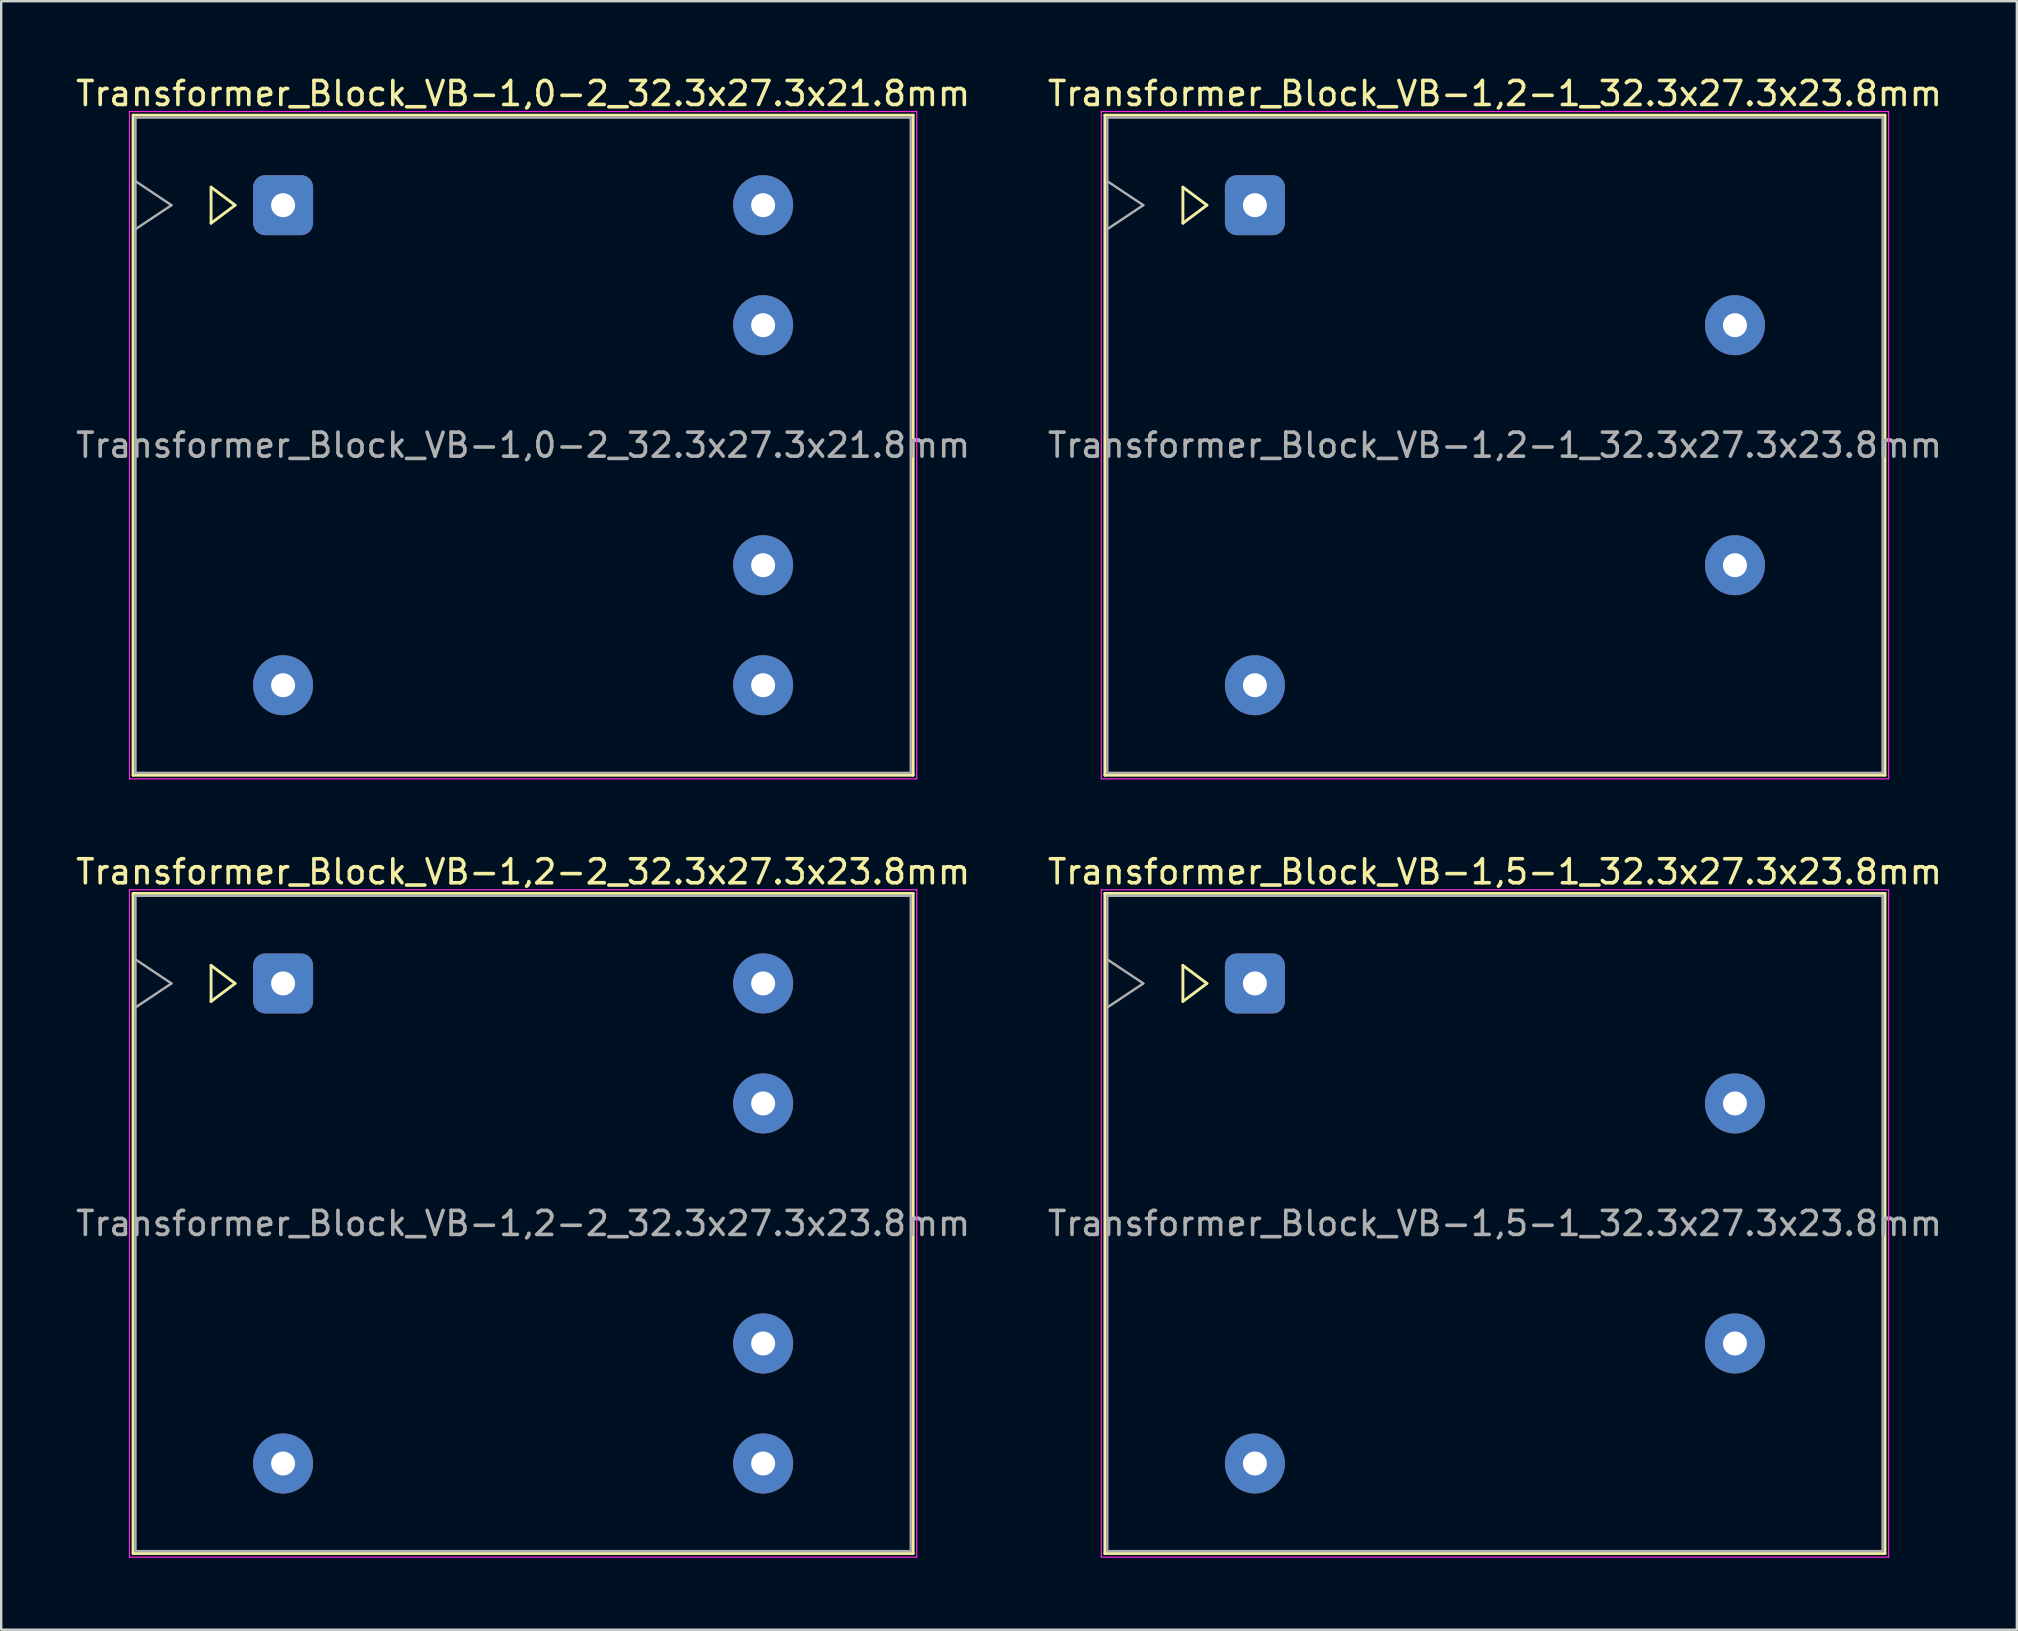
<source format=kicad_pcb>
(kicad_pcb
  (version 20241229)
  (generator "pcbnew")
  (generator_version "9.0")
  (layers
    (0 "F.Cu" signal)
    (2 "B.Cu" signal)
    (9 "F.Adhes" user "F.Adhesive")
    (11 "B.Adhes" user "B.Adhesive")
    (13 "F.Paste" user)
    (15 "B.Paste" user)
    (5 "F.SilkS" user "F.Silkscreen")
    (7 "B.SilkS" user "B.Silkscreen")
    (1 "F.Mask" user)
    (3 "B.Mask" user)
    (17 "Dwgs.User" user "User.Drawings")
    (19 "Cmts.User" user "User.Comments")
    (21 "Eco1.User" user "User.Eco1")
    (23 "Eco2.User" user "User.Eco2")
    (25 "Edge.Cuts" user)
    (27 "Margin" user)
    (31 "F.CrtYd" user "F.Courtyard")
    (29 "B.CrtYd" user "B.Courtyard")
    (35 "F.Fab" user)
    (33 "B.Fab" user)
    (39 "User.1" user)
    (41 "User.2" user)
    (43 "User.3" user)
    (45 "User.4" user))
  (footprint "Transformer_Block_VB-1,2-1_32.3x27.3x23.8mm"
    (layer "F.Cu")
    (at 49.232 5.498)
    (property "Reference" "Transformer_Block_VB-1,2-1_32.3x27.3x23.8mm" (at 10 -4.65 0) (layer "F.SilkS") (effects (font (size 1 1) (thickness 0.15))))
    (attr through_hole)
    (fp_line (start -6.25 -3.75) (end -6.25 23.75) (stroke (width 0.12) (type solid)) (layer "F.SilkS"))
    (fp_line (start -6.25 23.75) (end 26.25 23.75) (stroke (width 0.12) (type solid)) (layer "F.SilkS"))
    (fp_line (start -3 -0.75) (end -2 0) (stroke (width 0.12) (type solid)) (layer "F.SilkS"))
    (fp_line (start -3 0.75) (end -3 -0.75) (stroke (width 0.12) (type solid)) (layer "F.SilkS"))
    (fp_line (start -2 0) (end -3 0.75) (stroke (width 0.12) (type solid)) (layer "F.SilkS"))
    (fp_line (start 26.25 -3.75) (end -6.25 -3.75) (stroke (width 0.12) (type solid)) (layer "F.SilkS"))
    (fp_line (start 26.25 23.75) (end 26.25 -3.75) (stroke (width 0.12) (type solid)) (layer "F.SilkS"))
    (fp_line (start -6.4 -3.9) (end -6.4 23.9) (stroke (width 0.05) (type solid)) (layer "F.CrtYd"))
    (fp_line (start -6.4 23.9) (end 26.4 23.9) (stroke (width 0.05) (type solid)) (layer "F.CrtYd"))
    (fp_line (start 26.4 -3.9) (end -6.4 -3.9) (stroke (width 0.05) (type solid)) (layer "F.CrtYd"))
    (fp_line (start 26.4 23.9) (end 26.4 -3.9) (stroke (width 0.05) (type solid)) (layer "F.CrtYd"))
    (fp_line (start -6.15 -3.65) (end -6.15 23.65) (stroke (width 0.1) (type solid)) (layer "F.Fab"))
    (fp_line (start -6.15 -1) (end -4.65 0) (stroke (width 0.1) (type solid)) (layer "F.Fab"))
    (fp_line (start -6.15 23.65) (end 26.15 23.65) (stroke (width 0.1) (type solid)) (layer "F.Fab"))
    (fp_line (start -4.65 0) (end -6.15 1) (stroke (width 0.1) (type solid)) (layer "F.Fab"))
    (fp_line (start 26.15 -3.65) (end -6.15 -3.65) (stroke (width 0.1) (type solid)) (layer "F.Fab"))
    (fp_line (start 26.15 23.65) (end 26.15 -3.65) (stroke (width 0.1) (type solid)) (layer "F.Fab"))
    (fp_text user "${REFERENCE}" (at 10 10 0) (layer "F.Fab") (effects (font (size 1 1) (thickness 0.15))))
    (pad "1" thru_hole roundrect (at 0 0) (size 2.5 2.5) (drill 1) (layers "*.Cu" "*.Mask") (roundrect_rratio 0.2))
    (pad "2" thru_hole circle (at 0 20) (size 2.5 2.5) (drill 1) (layers "*.Cu" "*.Mask"))
    (pad "3" thru_hole circle (at 20 15) (size 2.5 2.5) (drill 1) (layers "*.Cu" "*.Mask"))
    (pad "4" thru_hole circle (at 20 5) (size 2.5 2.5) (drill 1) (layers "*.Cu" "*.Mask")))
  (footprint "Transformer_Block_VB-1,5-1_32.3x27.3x23.8mm"
    (layer "F.Cu")
    (at 49.232 37.922)
    (property "Reference" "Transformer_Block_VB-1,5-1_32.3x27.3x23.8mm" (at 10 -4.65 0) (layer "F.SilkS") (effects (font (size 1 1) (thickness 0.15))))
    (attr through_hole)
    (fp_line (start -6.25 -3.75) (end -6.25 23.75) (stroke (width 0.12) (type solid)) (layer "F.SilkS"))
    (fp_line (start -6.25 23.75) (end 26.25 23.75) (stroke (width 0.12) (type solid)) (layer "F.SilkS"))
    (fp_line (start -3 -0.75) (end -2 0) (stroke (width 0.12) (type solid)) (layer "F.SilkS"))
    (fp_line (start -3 0.75) (end -3 -0.75) (stroke (width 0.12) (type solid)) (layer "F.SilkS"))
    (fp_line (start -2 0) (end -3 0.75) (stroke (width 0.12) (type solid)) (layer "F.SilkS"))
    (fp_line (start 26.25 -3.75) (end -6.25 -3.75) (stroke (width 0.12) (type solid)) (layer "F.SilkS"))
    (fp_line (start 26.25 23.75) (end 26.25 -3.75) (stroke (width 0.12) (type solid)) (layer "F.SilkS"))
    (fp_line (start -6.4 -3.9) (end -6.4 23.9) (stroke (width 0.05) (type solid)) (layer "F.CrtYd"))
    (fp_line (start -6.4 23.9) (end 26.4 23.9) (stroke (width 0.05) (type solid)) (layer "F.CrtYd"))
    (fp_line (start 26.4 -3.9) (end -6.4 -3.9) (stroke (width 0.05) (type solid)) (layer "F.CrtYd"))
    (fp_line (start 26.4 23.9) (end 26.4 -3.9) (stroke (width 0.05) (type solid)) (layer "F.CrtYd"))
    (fp_line (start -6.15 -3.65) (end -6.15 23.65) (stroke (width 0.1) (type solid)) (layer "F.Fab"))
    (fp_line (start -6.15 -1) (end -4.65 0) (stroke (width 0.1) (type solid)) (layer "F.Fab"))
    (fp_line (start -6.15 23.65) (end 26.15 23.65) (stroke (width 0.1) (type solid)) (layer "F.Fab"))
    (fp_line (start -4.65 0) (end -6.15 1) (stroke (width 0.1) (type solid)) (layer "F.Fab"))
    (fp_line (start 26.15 -3.65) (end -6.15 -3.65) (stroke (width 0.1) (type solid)) (layer "F.Fab"))
    (fp_line (start 26.15 23.65) (end 26.15 -3.65) (stroke (width 0.1) (type solid)) (layer "F.Fab"))
    (fp_text user "${REFERENCE}" (at 10 10 0) (layer "F.Fab") (effects (font (size 1 1) (thickness 0.15))))
    (pad "1" thru_hole roundrect (at 0 0) (size 2.5 2.5) (drill 1) (layers "*.Cu" "*.Mask") (roundrect_rratio 0.2))
    (pad "2" thru_hole circle (at 0 20) (size 2.5 2.5) (drill 1) (layers "*.Cu" "*.Mask"))
    (pad "3" thru_hole circle (at 20 15) (size 2.5 2.5) (drill 1) (layers "*.Cu" "*.Mask"))
    (pad "4" thru_hole circle (at 20 5) (size 2.5 2.5) (drill 1) (layers "*.Cu" "*.Mask")))
  (footprint "Transformer_Block_VB-1,2-2_32.3x27.3x23.8mm"
    (layer "F.Cu")
    (at 8.744 37.922)
    (property "Reference" "Transformer_Block_VB-1,2-2_32.3x27.3x23.8mm" (at 10 -4.65 0) (layer "F.SilkS") (effects (font (size 1 1) (thickness 0.15))))
    (attr through_hole)
    (fp_line (start -6.25 -3.75) (end -6.25 23.75) (stroke (width 0.12) (type solid)) (layer "F.SilkS"))
    (fp_line (start -6.25 23.75) (end 26.25 23.75) (stroke (width 0.12) (type solid)) (layer "F.SilkS"))
    (fp_line (start -3 -0.75) (end -2 0) (stroke (width 0.12) (type solid)) (layer "F.SilkS"))
    (fp_line (start -3 0.75) (end -3 -0.75) (stroke (width 0.12) (type solid)) (layer "F.SilkS"))
    (fp_line (start -2 0) (end -3 0.75) (stroke (width 0.12) (type solid)) (layer "F.SilkS"))
    (fp_line (start 26.25 -3.75) (end -6.25 -3.75) (stroke (width 0.12) (type solid)) (layer "F.SilkS"))
    (fp_line (start 26.25 23.75) (end 26.25 -3.75) (stroke (width 0.12) (type solid)) (layer "F.SilkS"))
    (fp_line (start -6.4 -3.9) (end -6.4 23.9) (stroke (width 0.05) (type solid)) (layer "F.CrtYd"))
    (fp_line (start -6.4 23.9) (end 26.4 23.9) (stroke (width 0.05) (type solid)) (layer "F.CrtYd"))
    (fp_line (start 26.4 -3.9) (end -6.4 -3.9) (stroke (width 0.05) (type solid)) (layer "F.CrtYd"))
    (fp_line (start 26.4 23.9) (end 26.4 -3.9) (stroke (width 0.05) (type solid)) (layer "F.CrtYd"))
    (fp_line (start -6.15 -3.65) (end -6.15 23.65) (stroke (width 0.1) (type solid)) (layer "F.Fab"))
    (fp_line (start -6.15 -1) (end -4.65 0) (stroke (width 0.1) (type solid)) (layer "F.Fab"))
    (fp_line (start -6.15 23.65) (end 26.15 23.65) (stroke (width 0.1) (type solid)) (layer "F.Fab"))
    (fp_line (start -4.65 0) (end -6.15 1) (stroke (width 0.1) (type solid)) (layer "F.Fab"))
    (fp_line (start 26.15 -3.65) (end -6.15 -3.65) (stroke (width 0.1) (type solid)) (layer "F.Fab"))
    (fp_line (start 26.15 23.65) (end 26.15 -3.65) (stroke (width 0.1) (type solid)) (layer "F.Fab"))
    (fp_text user "${REFERENCE}" (at 10 10 0) (layer "F.Fab") (effects (font (size 1 1) (thickness 0.15))))
    (pad "1" thru_hole roundrect (at 0 0) (size 2.5 2.5) (drill 1) (layers "*.Cu" "*.Mask") (roundrect_rratio 0.2))
    (pad "2" thru_hole circle (at 0 20) (size 2.5 2.5) (drill 1) (layers "*.Cu" "*.Mask"))
    (pad "3" thru_hole circle (at 20 20) (size 2.5 2.5) (drill 1) (layers "*.Cu" "*.Mask"))
    (pad "4" thru_hole circle (at 20 15) (size 2.5 2.5) (drill 1) (layers "*.Cu" "*.Mask"))
    (pad "5" thru_hole circle (at 20 5) (size 2.5 2.5) (drill 1) (layers "*.Cu" "*.Mask"))
    (pad "6" thru_hole circle (at 20 0) (size 2.5 2.5) (drill 1) (layers "*.Cu" "*.Mask")))
  (footprint "Transformer_Block_VB-1,0-2_32.3x27.3x21.8mm"
    (layer "F.Cu")
    (at 8.744 5.498)
    (property "Reference" "Transformer_Block_VB-1,0-2_32.3x27.3x21.8mm" (at 10 -4.65 0) (layer "F.SilkS") (effects (font (size 1 1) (thickness 0.15))))
    (attr through_hole)
    (fp_line (start -6.25 -3.75) (end -6.25 23.75) (stroke (width 0.12) (type solid)) (layer "F.SilkS"))
    (fp_line (start -6.25 23.75) (end 26.25 23.75) (stroke (width 0.12) (type solid)) (layer "F.SilkS"))
    (fp_line (start -3 -0.75) (end -2 0) (stroke (width 0.12) (type solid)) (layer "F.SilkS"))
    (fp_line (start -3 0.75) (end -3 -0.75) (stroke (width 0.12) (type solid)) (layer "F.SilkS"))
    (fp_line (start -2 0) (end -3 0.75) (stroke (width 0.12) (type solid)) (layer "F.SilkS"))
    (fp_line (start 26.25 -3.75) (end -6.25 -3.75) (stroke (width 0.12) (type solid)) (layer "F.SilkS"))
    (fp_line (start 26.25 23.75) (end 26.25 -3.75) (stroke (width 0.12) (type solid)) (layer "F.SilkS"))
    (fp_line (start -6.4 -3.9) (end -6.4 23.9) (stroke (width 0.05) (type solid)) (layer "F.CrtYd"))
    (fp_line (start -6.4 23.9) (end 26.4 23.9) (stroke (width 0.05) (type solid)) (layer "F.CrtYd"))
    (fp_line (start 26.4 -3.9) (end -6.4 -3.9) (stroke (width 0.05) (type solid)) (layer "F.CrtYd"))
    (fp_line (start 26.4 23.9) (end 26.4 -3.9) (stroke (width 0.05) (type solid)) (layer "F.CrtYd"))
    (fp_line (start -6.15 -3.65) (end -6.15 23.65) (stroke (width 0.1) (type solid)) (layer "F.Fab"))
    (fp_line (start -6.15 -1) (end -4.65 0) (stroke (width 0.1) (type solid)) (layer "F.Fab"))
    (fp_line (start -6.15 23.65) (end 26.15 23.65) (stroke (width 0.1) (type solid)) (layer "F.Fab"))
    (fp_line (start -4.65 0) (end -6.15 1) (stroke (width 0.1) (type solid)) (layer "F.Fab"))
    (fp_line (start 26.15 -3.65) (end -6.15 -3.65) (stroke (width 0.1) (type solid)) (layer "F.Fab"))
    (fp_line (start 26.15 23.65) (end 26.15 -3.65) (stroke (width 0.1) (type solid)) (layer "F.Fab"))
    (fp_text user "${REFERENCE}" (at 10 10 0) (layer "F.Fab") (effects (font (size 1 1) (thickness 0.15))))
    (pad "1" thru_hole roundrect (at 0 0) (size 2.5 2.5) (drill 1) (layers "*.Cu" "*.Mask") (roundrect_rratio 0.2))
    (pad "2" thru_hole circle (at 0 20) (size 2.5 2.5) (drill 1) (layers "*.Cu" "*.Mask"))
    (pad "3" thru_hole circle (at 20 20) (size 2.5 2.5) (drill 1) (layers "*.Cu" "*.Mask"))
    (pad "4" thru_hole circle (at 20 15) (size 2.5 2.5) (drill 1) (layers "*.Cu" "*.Mask"))
    (pad "5" thru_hole circle (at 20 5) (size 2.5 2.5) (drill 1) (layers "*.Cu" "*.Mask"))
    (pad "6" thru_hole circle (at 20 0) (size 2.5 2.5) (drill 1) (layers "*.Cu" "*.Mask")))
  (gr_rect
    (start -3 -3)
    (end 80.976 64.847)
    (stroke (width 0.1) (type default))
    (fill no)
    (layer "Edge.Cuts")))
</source>
